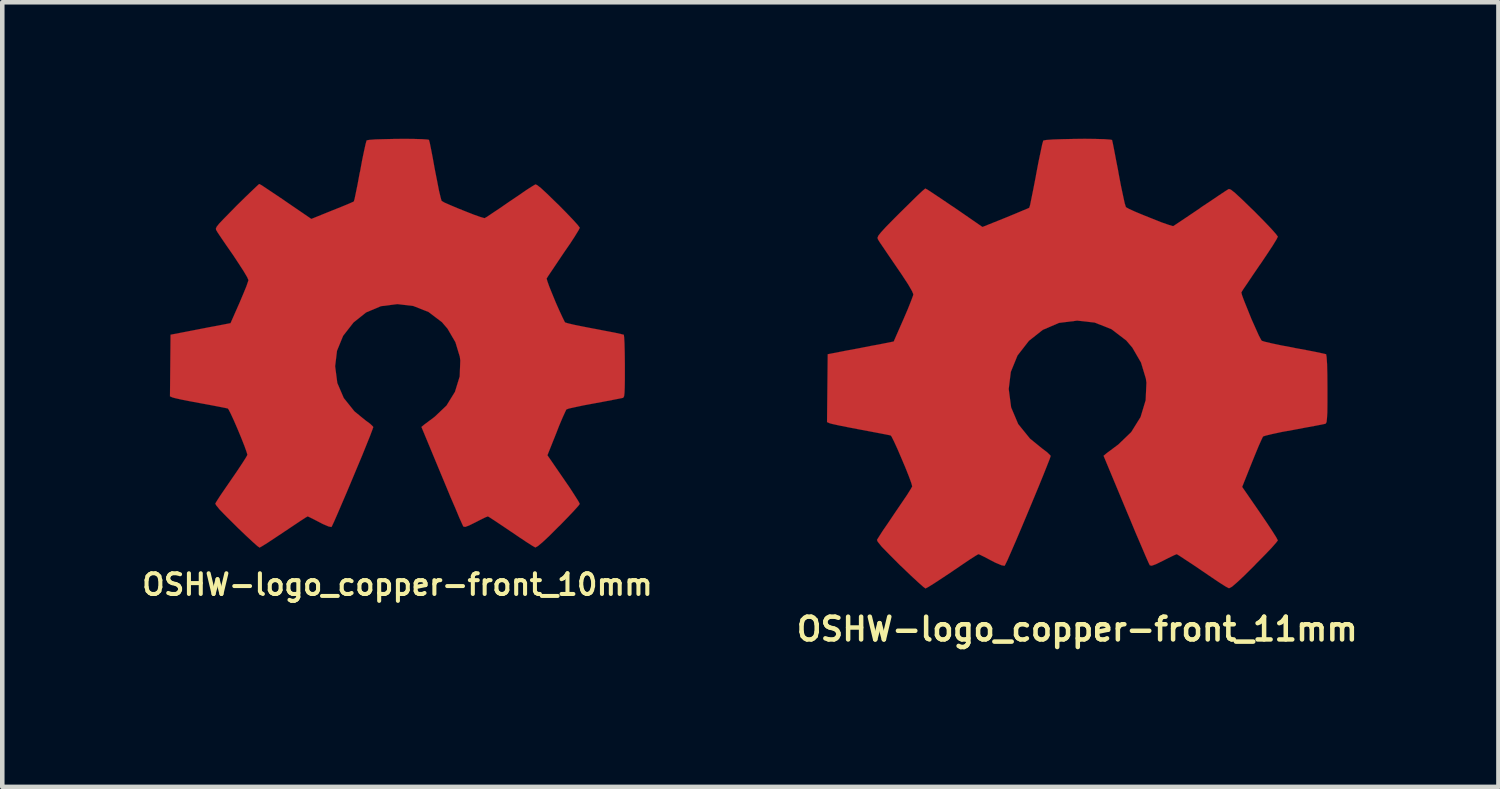
<source format=kicad_pcb>
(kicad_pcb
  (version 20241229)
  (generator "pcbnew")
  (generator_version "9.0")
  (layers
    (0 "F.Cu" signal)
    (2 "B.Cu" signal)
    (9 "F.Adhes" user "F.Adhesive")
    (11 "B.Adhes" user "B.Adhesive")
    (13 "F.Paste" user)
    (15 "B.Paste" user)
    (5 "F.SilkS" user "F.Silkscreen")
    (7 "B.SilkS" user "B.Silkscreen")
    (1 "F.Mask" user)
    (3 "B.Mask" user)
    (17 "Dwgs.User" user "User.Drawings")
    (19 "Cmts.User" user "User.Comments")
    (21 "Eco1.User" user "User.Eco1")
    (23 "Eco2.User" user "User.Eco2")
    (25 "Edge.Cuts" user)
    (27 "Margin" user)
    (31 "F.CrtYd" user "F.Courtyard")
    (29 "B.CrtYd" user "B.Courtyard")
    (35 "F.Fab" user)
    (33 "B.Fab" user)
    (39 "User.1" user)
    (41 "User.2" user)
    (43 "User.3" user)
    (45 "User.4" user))
  (footprint "OSHW-logo_copper-front_11mm"
    (layer "F.Cu")
    (at 20.627 4.944)
    (property "Reference" "OSHW-logo_copper-front_11mm" (at 0 5.834 0) (layer "F.SilkS") (effects (font (size 0.5 0.5) (thickness 0.099))))
    (attr through_hole)
    (fp_poly (pts (xy -3.335 4.94) (xy -3.277 4.91) (xy -3.147 4.829) (xy -2.964 4.709) (xy -2.746 4.564) (xy -2.53 4.417) (xy -2.349 4.295) (xy -2.225 4.216) (xy -2.172 4.186) (xy -2.144 4.196) (xy -2.04 4.247) (xy -1.89 4.326) (xy -1.803 4.371) (xy -1.664 4.43) (xy -1.598 4.442) (xy -1.585 4.422) (xy -1.534 4.318) (xy -1.455 4.138) (xy -1.351 3.899) (xy -1.232 3.619) (xy -1.105 3.317) (xy -0.978 3.012) (xy -0.856 2.718) (xy -0.749 2.456) (xy -0.663 2.24) (xy -0.605 2.093) (xy -0.584 2.029) (xy -0.592 2.014) (xy -0.66 1.948) (xy -0.78 1.857) (xy -1.039 1.646) (xy -1.298 1.326) (xy -1.453 0.96) (xy -1.506 0.556) (xy -1.46 0.18) (xy -1.313 -0.18) (xy -1.062 -0.503) (xy -0.757 -0.744) (xy -0.401 -0.897) (xy 0 -0.947) (xy 0.384 -0.904) (xy 0.752 -0.759) (xy 1.077 -0.511) (xy 1.212 -0.353) (xy 1.402 -0.025) (xy 1.509 0.328) (xy 1.521 0.417) (xy 1.504 0.803) (xy 1.392 1.173) (xy 1.186 1.504) (xy 0.904 1.775) (xy 0.869 1.801) (xy 0.737 1.9) (xy 0.648 1.966) (xy 0.579 2.024) (xy 1.072 3.208) (xy 1.151 3.396) (xy 1.285 3.719) (xy 1.405 3.998) (xy 1.499 4.219) (xy 1.565 4.369) (xy 1.593 4.427) (xy 1.598 4.432) (xy 1.638 4.44) (xy 1.73 4.407) (xy 1.895 4.326) (xy 2.004 4.27) (xy 2.131 4.209) (xy 2.187 4.186) (xy 2.235 4.214) (xy 2.355 4.293) (xy 2.532 4.409) (xy 2.743 4.552) (xy 2.944 4.689) (xy 3.129 4.813) (xy 3.266 4.9) (xy 3.33 4.933) (xy 3.343 4.933) (xy 3.401 4.902) (xy 3.505 4.813) (xy 3.668 4.661) (xy 3.896 4.435) (xy 3.929 4.399) (xy 4.117 4.209) (xy 4.27 4.049) (xy 4.371 3.934) (xy 4.409 3.884) (xy 4.376 3.82) (xy 4.29 3.683) (xy 4.168 3.498) (xy 4.018 3.277) (xy 3.625 2.708) (xy 3.84 2.169) (xy 3.907 2.004) (xy 3.99 1.803) (xy 4.054 1.661) (xy 4.084 1.6) (xy 4.143 1.58) (xy 4.293 1.544) (xy 4.503 1.499) (xy 4.76 1.453) (xy 5.001 1.407) (xy 5.22 1.367) (xy 5.38 1.336) (xy 5.451 1.321) (xy 5.466 1.311) (xy 5.481 1.278) (xy 5.489 1.201) (xy 5.497 1.069) (xy 5.499 0.859) (xy 5.499 0.556) (xy 5.499 0.523) (xy 5.497 0.234) (xy 5.491 0.003) (xy 5.481 -0.147) (xy 5.471 -0.206) (xy 5.471 -0.208) (xy 5.403 -0.224) (xy 5.248 -0.257) (xy 5.029 -0.3) (xy 4.768 -0.348) (xy 4.752 -0.353) (xy 4.493 -0.401) (xy 4.275 -0.447) (xy 4.122 -0.483) (xy 4.059 -0.503) (xy 4.044 -0.521) (xy 3.99 -0.622) (xy 3.917 -0.785) (xy 3.83 -0.98) (xy 3.747 -1.186) (xy 3.673 -1.369) (xy 3.622 -1.506) (xy 3.607 -1.567) (xy 3.609 -1.57) (xy 3.647 -1.633) (xy 3.739 -1.768) (xy 3.863 -1.953) (xy 4.016 -2.177) (xy 4.028 -2.192) (xy 4.176 -2.413) (xy 4.298 -2.598) (xy 4.379 -2.731) (xy 4.409 -2.791) (xy 4.409 -2.794) (xy 4.359 -2.86) (xy 4.247 -2.985) (xy 4.087 -3.152) (xy 3.894 -3.348) (xy 3.833 -3.406) (xy 3.619 -3.614) (xy 3.47 -3.752) (xy 3.378 -3.825) (xy 3.335 -3.84) (xy 3.332 -3.84) (xy 3.266 -3.8) (xy 3.127 -3.708) (xy 2.939 -3.581) (xy 2.715 -3.432) (xy 2.7 -3.419) (xy 2.482 -3.272) (xy 2.296 -3.147) (xy 2.167 -3.061) (xy 2.111 -3.025) (xy 2.101 -3.025) (xy 2.012 -3.051) (xy 1.854 -3.106) (xy 1.661 -3.183) (xy 1.458 -3.264) (xy 1.275 -3.34) (xy 1.135 -3.404) (xy 1.069 -3.442) (xy 1.069 -3.444) (xy 1.044 -3.523) (xy 1.008 -3.688) (xy 0.96 -3.914) (xy 0.909 -4.183) (xy 0.902 -4.227) (xy 0.851 -4.488) (xy 0.81 -4.704) (xy 0.78 -4.854) (xy 0.765 -4.917) (xy 0.726 -4.925) (xy 0.597 -4.935) (xy 0.401 -4.94) (xy 0.165 -4.943) (xy -0.084 -4.94) (xy -0.325 -4.935) (xy -0.533 -4.928) (xy -0.683 -4.917) (xy -0.744 -4.905) (xy -0.747 -4.902) (xy -0.77 -4.821) (xy -0.805 -4.656) (xy -0.853 -4.427) (xy -0.904 -4.158) (xy -0.912 -4.11) (xy -0.963 -3.848) (xy -1.006 -3.635) (xy -1.036 -3.487) (xy -1.054 -3.429) (xy -1.077 -3.416) (xy -1.186 -3.371) (xy -1.361 -3.297) (xy -1.577 -3.208) (xy -2.083 -3.005) (xy -2.697 -3.429) (xy -2.756 -3.467) (xy -2.977 -3.617) (xy -3.16 -3.739) (xy -3.287 -3.823) (xy -3.34 -3.851) (xy -3.343 -3.848) (xy -3.406 -3.795) (xy -3.528 -3.68) (xy -3.693 -3.518) (xy -3.889 -3.325) (xy -4.034 -3.18) (xy -4.204 -3.007) (xy -4.31 -2.891) (xy -4.369 -2.817) (xy -4.389 -2.771) (xy -4.384 -2.741) (xy -4.346 -2.677) (xy -4.255 -2.543) (xy -4.128 -2.355) (xy -3.978 -2.136) (xy -3.853 -1.953) (xy -3.719 -1.748) (xy -3.632 -1.598) (xy -3.602 -1.527) (xy -3.609 -1.496) (xy -3.653 -1.377) (xy -3.726 -1.194) (xy -3.82 -0.975) (xy -4.034 -0.488) (xy -4.354 -0.424) (xy -4.547 -0.389) (xy -4.818 -0.335) (xy -5.08 -0.287) (xy -5.484 -0.208) (xy -5.499 1.283) (xy -5.436 1.311) (xy -5.377 1.326) (xy -5.227 1.359) (xy -5.011 1.402) (xy -4.76 1.45) (xy -4.542 1.491) (xy -4.326 1.532) (xy -4.171 1.562) (xy -4.1 1.577) (xy -4.082 1.6) (xy -4.028 1.707) (xy -3.952 1.872) (xy -3.866 2.073) (xy -3.777 2.283) (xy -3.701 2.474) (xy -3.647 2.621) (xy -3.627 2.697) (xy -3.658 2.753) (xy -3.739 2.883) (xy -3.861 3.063) (xy -4.008 3.279) (xy -4.155 3.498) (xy -4.28 3.68) (xy -4.366 3.815) (xy -4.402 3.873) (xy -4.384 3.914) (xy -4.298 4.021) (xy -4.135 4.188) (xy -3.894 4.43) (xy -3.853 4.468) (xy -3.66 4.653) (xy -3.498 4.803) (xy -3.383 4.905) (xy -3.335 4.94)) (stroke (width 0.003) (type solid)) (fill yes) (layer "F.Cu")))
  (footprint "OSHW-logo_copper-front_10mm"
    (layer "F.Cu")
    (at 5.685 4.495)
    (property "Reference" "OSHW-logo_copper-front_10mm" (at 0 5.304 0) (layer "F.SilkS") (effects (font (size 0.455 0.455) (thickness 0.089))))
    (attr through_hole)
    (fp_poly (pts (xy -3.03 4.491) (xy -2.979 4.463) (xy -2.86 4.389) (xy -2.695 4.28) (xy -2.497 4.148) (xy -2.299 4.016) (xy -2.136 3.907) (xy -2.022 3.833) (xy -1.974 3.805) (xy -1.948 3.815) (xy -1.854 3.861) (xy -1.717 3.932) (xy -1.638 3.973) (xy -1.514 4.026) (xy -1.45 4.039) (xy -1.44 4.021) (xy -1.394 3.924) (xy -1.323 3.762) (xy -1.229 3.543) (xy -1.12 3.289) (xy -1.006 3.018) (xy -0.889 2.738) (xy -0.777 2.471) (xy -0.681 2.233) (xy -0.602 2.037) (xy -0.551 1.902) (xy -0.531 1.844) (xy -0.536 1.831) (xy -0.599 1.77) (xy -0.709 1.689) (xy -0.945 1.496) (xy -1.179 1.204) (xy -1.321 0.874) (xy -1.369 0.505) (xy -1.328 0.165) (xy -1.194 -0.163) (xy -0.965 -0.457) (xy -0.688 -0.678) (xy -0.363 -0.815) (xy 0 -0.861) (xy 0.348 -0.82) (xy 0.683 -0.688) (xy 0.978 -0.465) (xy 1.102 -0.32) (xy 1.275 -0.023) (xy 1.372 0.297) (xy 1.382 0.378) (xy 1.369 0.729) (xy 1.265 1.067) (xy 1.079 1.369) (xy 0.82 1.615) (xy 0.79 1.638) (xy 0.671 1.727) (xy 0.589 1.788) (xy 0.528 1.839) (xy 0.975 2.916) (xy 1.046 3.086) (xy 1.168 3.381) (xy 1.278 3.635) (xy 1.361 3.835) (xy 1.422 3.97) (xy 1.448 4.026) (xy 1.45 4.028) (xy 1.491 4.036) (xy 1.572 4.006) (xy 1.722 3.932) (xy 1.821 3.881) (xy 1.935 3.825) (xy 1.989 3.805) (xy 2.032 3.83) (xy 2.141 3.901) (xy 2.301 4.008) (xy 2.494 4.138) (xy 2.677 4.262) (xy 2.845 4.374) (xy 2.969 4.453) (xy 3.028 4.486) (xy 3.038 4.486) (xy 3.091 4.455) (xy 3.188 4.374) (xy 3.335 4.237) (xy 3.541 4.031) (xy 3.574 4) (xy 3.744 3.825) (xy 3.881 3.68) (xy 3.975 3.576) (xy 4.008 3.531) (xy 3.978 3.472) (xy 3.901 3.35) (xy 3.79 3.178) (xy 3.653 2.979) (xy 3.297 2.461) (xy 3.493 1.971) (xy 3.551 1.821) (xy 3.627 1.641) (xy 3.686 1.511) (xy 3.713 1.455) (xy 3.767 1.435) (xy 3.901 1.405) (xy 4.094 1.364) (xy 4.326 1.321) (xy 4.547 1.28) (xy 4.745 1.242) (xy 4.889 1.214) (xy 4.953 1.201) (xy 4.968 1.191) (xy 4.983 1.161) (xy 4.991 1.092) (xy 4.996 0.973) (xy 4.999 0.782) (xy 4.999 0.505) (xy 4.999 0.475) (xy 4.996 0.213) (xy 4.991 0.003) (xy 4.983 -0.135) (xy 4.976 -0.188) (xy 4.973 -0.188) (xy 4.912 -0.203) (xy 4.773 -0.234) (xy 4.572 -0.272) (xy 4.336 -0.318) (xy 4.321 -0.32) (xy 4.084 -0.366) (xy 3.886 -0.406) (xy 3.747 -0.439) (xy 3.688 -0.457) (xy 3.675 -0.475) (xy 3.63 -0.566) (xy 3.561 -0.714) (xy 3.482 -0.892) (xy 3.406 -1.077) (xy 3.338 -1.245) (xy 3.294 -1.369) (xy 3.279 -1.425) (xy 3.282 -1.427) (xy 3.317 -1.483) (xy 3.399 -1.605) (xy 3.513 -1.775) (xy 3.65 -1.979) (xy 3.66 -1.994) (xy 3.797 -2.192) (xy 3.907 -2.362) (xy 3.98 -2.482) (xy 4.008 -2.537) (xy 4.008 -2.54) (xy 3.962 -2.601) (xy 3.861 -2.713) (xy 3.716 -2.865) (xy 3.541 -3.043) (xy 3.485 -3.096) (xy 3.289 -3.287) (xy 3.155 -3.411) (xy 3.071 -3.477) (xy 3.03 -3.493) (xy 3.03 -3.49) (xy 2.969 -3.454) (xy 2.842 -3.373) (xy 2.672 -3.256) (xy 2.469 -3.119) (xy 2.454 -3.109) (xy 2.256 -2.972) (xy 2.088 -2.86) (xy 1.971 -2.781) (xy 1.918 -2.751) (xy 1.91 -2.751) (xy 1.829 -2.774) (xy 1.687 -2.824) (xy 1.511 -2.893) (xy 1.326 -2.967) (xy 1.158 -3.038) (xy 1.031 -3.094) (xy 0.973 -3.129) (xy 0.97 -3.132) (xy 0.95 -3.203) (xy 0.914 -3.353) (xy 0.874 -3.559) (xy 0.826 -3.802) (xy 0.818 -3.843) (xy 0.775 -4.082) (xy 0.737 -4.277) (xy 0.709 -4.415) (xy 0.693 -4.47) (xy 0.66 -4.478) (xy 0.544 -4.486) (xy 0.366 -4.491) (xy 0.15 -4.493) (xy -0.076 -4.491) (xy -0.297 -4.486) (xy -0.485 -4.481) (xy -0.62 -4.47) (xy -0.676 -4.46) (xy -0.678 -4.455) (xy -0.699 -4.381) (xy -0.732 -4.232) (xy -0.775 -4.026) (xy -0.82 -3.78) (xy -0.831 -3.736) (xy -0.874 -3.5) (xy -0.914 -3.305) (xy -0.942 -3.17) (xy -0.958 -3.117) (xy -0.98 -3.106) (xy -1.077 -3.063) (xy -1.237 -2.997) (xy -1.435 -2.918) (xy -1.892 -2.733) (xy -2.454 -3.117) (xy -2.504 -3.152) (xy -2.708 -3.289) (xy -2.873 -3.399) (xy -2.987 -3.475) (xy -3.035 -3.5) (xy -3.04 -3.5) (xy -3.096 -3.449) (xy -3.205 -3.345) (xy -3.358 -3.198) (xy -3.536 -3.023) (xy -3.665 -2.891) (xy -3.82 -2.733) (xy -3.919 -2.629) (xy -3.973 -2.56) (xy -3.99 -2.52) (xy -3.985 -2.492) (xy -3.95 -2.433) (xy -3.868 -2.311) (xy -3.752 -2.141) (xy -3.614 -1.943) (xy -3.503 -1.775) (xy -3.381 -1.587) (xy -3.302 -1.453) (xy -3.274 -1.387) (xy -3.282 -1.361) (xy -3.32 -1.25) (xy -3.388 -1.085) (xy -3.472 -0.886) (xy -3.668 -0.442) (xy -3.957 -0.386) (xy -4.135 -0.353) (xy -4.381 -0.305) (xy -4.618 -0.259) (xy -4.986 -0.188) (xy -4.999 1.166) (xy -4.943 1.191) (xy -4.887 1.206) (xy -4.75 1.237) (xy -4.557 1.275) (xy -4.326 1.318) (xy -4.13 1.354) (xy -3.932 1.392) (xy -3.79 1.42) (xy -3.729 1.433) (xy -3.711 1.455) (xy -3.663 1.549) (xy -3.592 1.702) (xy -3.513 1.885) (xy -3.434 2.075) (xy -3.365 2.25) (xy -3.317 2.383) (xy -3.297 2.451) (xy -3.325 2.504) (xy -3.399 2.621) (xy -3.508 2.786) (xy -3.642 2.982) (xy -3.777 3.178) (xy -3.891 3.345) (xy -3.97 3.467) (xy -4.003 3.523) (xy -3.985 3.559) (xy -3.907 3.655) (xy -3.759 3.807) (xy -3.538 4.026) (xy -3.503 4.061) (xy -3.327 4.229) (xy -3.18 4.366) (xy -3.076 4.458) (xy -3.03 4.491)) (stroke (width 0.003) (type solid)) (fill yes) (layer "F.Cu")))
  (gr_rect
    (start -3 -3)
    (end 29.885 14.245)
    (stroke (width 0.1) (type default))
    (fill no)
    (layer "Edge.Cuts")))
</source>
